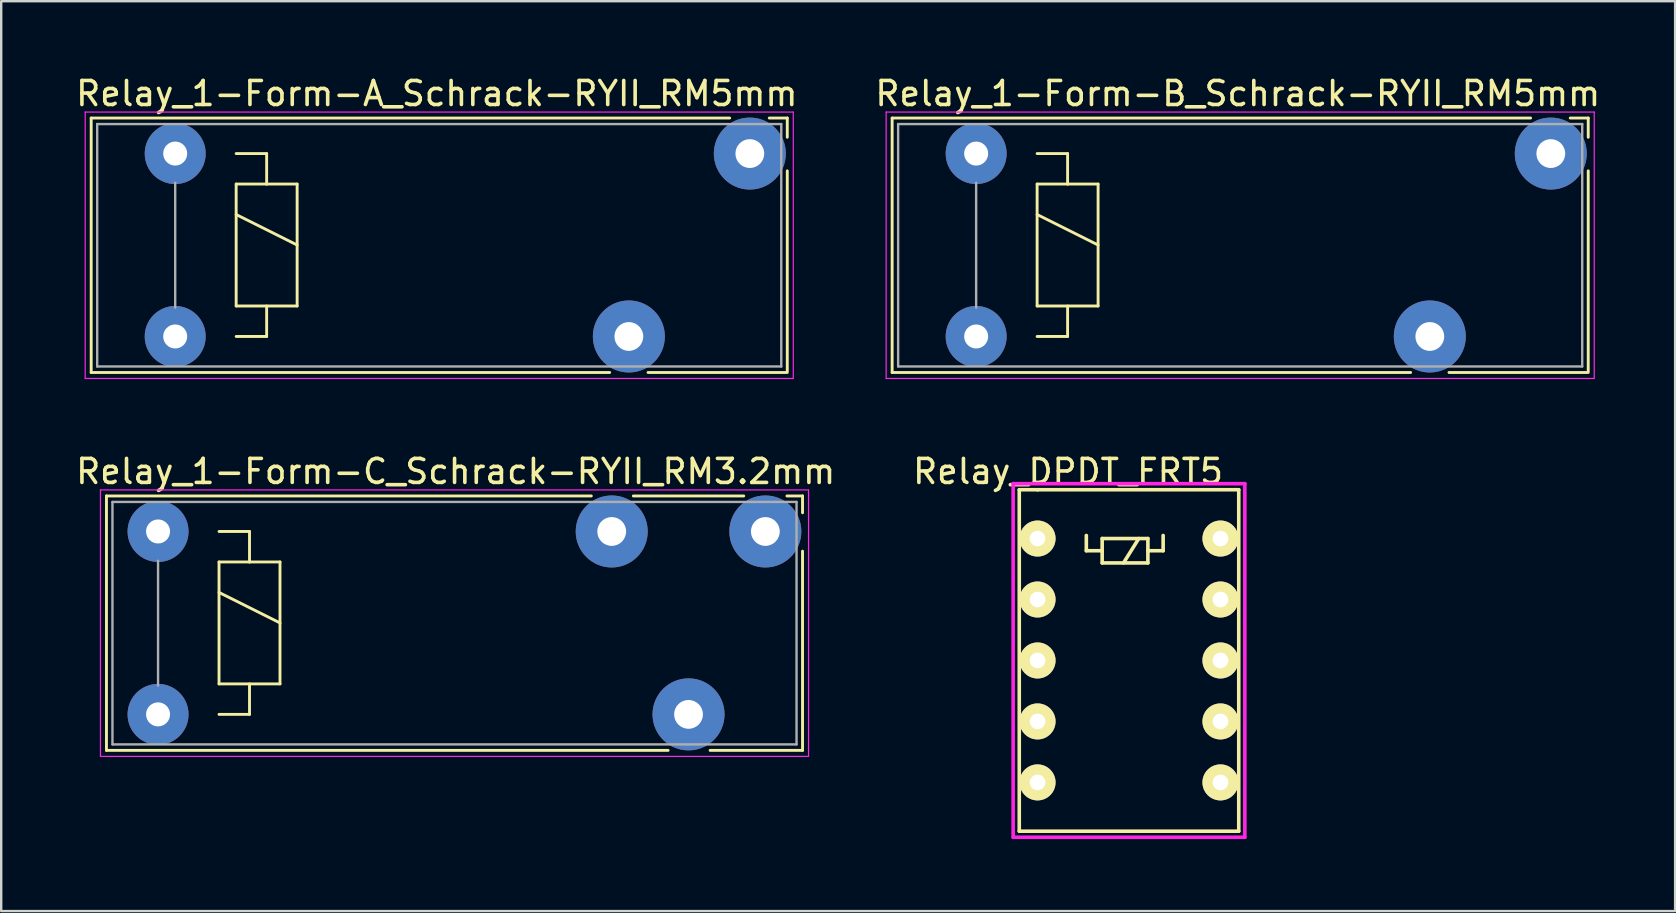
<source format=kicad_pcb>
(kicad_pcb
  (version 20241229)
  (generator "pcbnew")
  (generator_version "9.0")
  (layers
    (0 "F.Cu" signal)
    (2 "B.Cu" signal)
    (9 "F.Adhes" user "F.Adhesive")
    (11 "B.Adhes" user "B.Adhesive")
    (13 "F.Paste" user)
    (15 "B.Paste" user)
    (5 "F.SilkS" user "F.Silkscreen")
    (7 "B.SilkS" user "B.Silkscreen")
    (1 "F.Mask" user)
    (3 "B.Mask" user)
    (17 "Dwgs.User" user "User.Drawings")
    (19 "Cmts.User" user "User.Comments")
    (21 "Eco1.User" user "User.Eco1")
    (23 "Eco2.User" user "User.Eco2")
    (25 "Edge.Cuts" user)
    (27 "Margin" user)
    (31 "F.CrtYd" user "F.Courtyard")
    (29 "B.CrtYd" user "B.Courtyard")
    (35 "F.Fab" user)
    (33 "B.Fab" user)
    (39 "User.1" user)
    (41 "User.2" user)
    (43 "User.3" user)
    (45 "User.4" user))
  (footprint "Relay_DPDT_FRT5"
    (layer "F.Cu")
    (at 40.176 19.386)
    (property "Reference" "Relay_DPDT_FRT5" (at 1.27 -2.794 0) (layer "F.SilkS") (effects (font (size 1 1) (thickness 0.15))))
    (attr through_hole)
    (fp_line (start -0.762 -2.032) (end -0.762 12.192) (stroke (width 0.15) (type solid)) (layer "F.SilkS"))
    (fp_line (start -0.762 12.192) (end 8.382 12.192) (stroke (width 0.15) (type solid)) (layer "F.SilkS"))
    (fp_line (start 0 -2.032) (end -0.762 -2.032) (stroke (width 0.15) (type solid)) (layer "F.SilkS"))
    (fp_line (start 2.032 -0.127) (end 2.032 0.508) (stroke (width 0.15) (type solid)) (layer "F.SilkS"))
    (fp_line (start 2.032 0.508) (end 2.692 0.508) (stroke (width 0.15) (type solid)) (layer "F.SilkS"))
    (fp_line (start 2.692 0) (end 2.692 1.016) (stroke (width 0.15) (type solid)) (layer "F.SilkS"))
    (fp_line (start 2.692 1.016) (end 4.597 1.016) (stroke (width 0.15) (type solid)) (layer "F.SilkS"))
    (fp_line (start 4.216 0) (end 3.581 1.016) (stroke (width 0.15) (type solid)) (layer "F.SilkS"))
    (fp_line (start 4.597 0) (end 2.692 0) (stroke (width 0.15) (type solid)) (layer "F.SilkS"))
    (fp_line (start 4.597 0) (end 4.597 1.016) (stroke (width 0.15) (type solid)) (layer "F.SilkS"))
    (fp_line (start 5.232 -0.127) (end 5.232 0.508) (stroke (width 0.15) (type solid)) (layer "F.SilkS"))
    (fp_line (start 5.232 0.508) (end 4.597 0.508) (stroke (width 0.15) (type solid)) (layer "F.SilkS"))
    (fp_line (start 8.382 -2.032) (end 0 -2.032) (stroke (width 0.15) (type solid)) (layer "F.SilkS"))
    (fp_line (start 8.382 12.192) (end 8.382 -2.032) (stroke (width 0.15) (type solid)) (layer "F.SilkS"))
    (fp_line (start -1.016 -2.286) (end -1.016 12.446) (stroke (width 0.15) (type solid)) (layer "F.CrtYd"))
    (fp_line (start -1.016 12.446) (end 8.636 12.446) (stroke (width 0.15) (type solid)) (layer "F.CrtYd"))
    (fp_line (start 8.636 -2.286) (end -1.016 -2.286) (stroke (width 0.15) (type solid)) (layer "F.CrtYd"))
    (fp_line (start 8.636 12.446) (end 8.636 -2.286) (stroke (width 0.15) (type solid)) (layer "F.CrtYd"))
    (pad "1" thru_hole circle (at 0 0 270) (size 1.5 1.5) (drill 0.65) (layers "*.Cu" "*.Mask" "F.SilkS"))
    (pad "2" thru_hole circle (at 0 2.54 270) (size 1.5 1.5) (drill 0.65) (layers "*.Cu" "*.Mask" "F.SilkS"))
    (pad "3" thru_hole circle (at 0 5.08 270) (size 1.5 1.5) (drill 0.65) (layers "*.Cu" "*.Mask" "F.SilkS"))
    (pad "4" thru_hole circle (at 0 7.62 270) (size 1.5 1.5) (drill 0.65) (layers "*.Cu" "*.Mask" "F.SilkS"))
    (pad "5" thru_hole circle (at 0 10.16 270) (size 1.5 1.5) (drill 0.65) (layers "*.Cu" "*.Mask" "F.SilkS"))
    (pad "6" thru_hole circle (at 7.62 10.16 270) (size 1.5 1.5) (drill 0.65) (layers "*.Cu" "*.Mask" "F.SilkS"))
    (pad "7" thru_hole circle (at 7.62 7.62 270) (size 1.5 1.5) (drill 0.65) (layers "*.Cu" "*.Mask" "F.SilkS"))
    (pad "8" thru_hole circle (at 7.62 5.08 270) (size 1.5 1.5) (drill 0.65) (layers "*.Cu" "*.Mask" "F.SilkS"))
    (pad "9" thru_hole circle (at 7.62 2.54 270) (size 1.5 1.5) (drill 0.65) (layers "*.Cu" "*.Mask" "F.SilkS"))
    (pad "10" thru_hole circle (at 7.62 0 270) (size 1.5 1.5) (drill 0.65) (layers "*.Cu" "*.Mask" "F.SilkS")))
  (footprint "Relay_1-Form-A_Schrack-RYII_RM5mm"
    (layer "F.Cu")
    (at 4.249 10.968)
    (property "Reference" "Relay_1-Form-A_Schrack-RYII_RM5mm" (at 10.9 -10.12 0) (layer "F.SilkS") (effects (font (size 1 1) (thickness 0.15))))
    (attr through_hole)
    (fp_line (start -3.5 -9.1) (end 23.1 -9.1) (stroke (width 0.12) (type solid)) (layer "F.SilkS"))
    (fp_line (start -3.5 1.5) (end -3.5 -9.1) (stroke (width 0.12) (type solid)) (layer "F.SilkS"))
    (fp_line (start 2.54 -7.62) (end 3.81 -7.62) (stroke (width 0.12) (type solid)) (layer "F.SilkS"))
    (fp_line (start 2.54 -6.35) (end 3.81 -6.35) (stroke (width 0.12) (type solid)) (layer "F.SilkS"))
    (fp_line (start 2.54 -5.08) (end 5.08 -3.81) (stroke (width 0.12) (type solid)) (layer "F.SilkS"))
    (fp_line (start 2.54 -1.27) (end 2.54 -6.35) (stroke (width 0.12) (type solid)) (layer "F.SilkS"))
    (fp_line (start 3.81 -7.62) (end 3.81 -6.35) (stroke (width 0.12) (type solid)) (layer "F.SilkS"))
    (fp_line (start 3.81 -6.35) (end 5.08 -6.35) (stroke (width 0.12) (type solid)) (layer "F.SilkS"))
    (fp_line (start 3.81 -1.27) (end 3.81 0) (stroke (width 0.12) (type solid)) (layer "F.SilkS"))
    (fp_line (start 3.81 0) (end 2.54 0) (stroke (width 0.12) (type solid)) (layer "F.SilkS"))
    (fp_line (start 5.08 -6.35) (end 5.08 -1.27) (stroke (width 0.12) (type solid)) (layer "F.SilkS"))
    (fp_line (start 5.08 -1.27) (end 2.54 -1.27) (stroke (width 0.12) (type solid)) (layer "F.SilkS"))
    (fp_line (start 18.1 1.5) (end -3.5 1.5) (stroke (width 0.12) (type solid)) (layer "F.SilkS"))
    (fp_line (start 24.75 -9.1) (end 25.5 -9.1) (stroke (width 0.12) (type solid)) (layer "F.SilkS"))
    (fp_line (start 25.45 1.5) (end 19.7 1.5) (stroke (width 0.12) (type solid)) (layer "F.SilkS"))
    (fp_line (start 25.5 -9.1) (end 25.5 -8.3) (stroke (width 0.12) (type solid)) (layer "F.SilkS"))
    (fp_line (start 25.5 -6.9) (end 25.5 1.5) (stroke (width 0.12) (type solid)) (layer "F.SilkS"))
    (fp_line (start -3.75 -9.35) (end -3.75 1.75) (stroke (width 0.05) (type solid)) (layer "F.CrtYd"))
    (fp_line (start -3.75 1.75) (end 25.75 1.75) (stroke (width 0.05) (type solid)) (layer "F.CrtYd"))
    (fp_line (start 25.75 -9.35) (end -3.75 -9.35) (stroke (width 0.05) (type solid)) (layer "F.CrtYd"))
    (fp_line (start 25.75 1.75) (end 25.75 -9.35) (stroke (width 0.05) (type solid)) (layer "F.CrtYd"))
    (fp_line (start -3.25 -8.85) (end 25.25 -8.85) (stroke (width 0.1) (type solid)) (layer "F.Fab"))
    (fp_line (start -3.25 1.25) (end -3.25 -8.85) (stroke (width 0.1) (type solid)) (layer "F.Fab"))
    (fp_line (start 0 -6.4) (end 0 -1.2) (stroke (width 0.1) (type solid)) (layer "F.Fab"))
    (fp_line (start 25.25 -8.85) (end 25.25 1.25) (stroke (width 0.1) (type solid)) (layer "F.Fab"))
    (fp_line (start 25.25 1.25) (end -3.25 1.25) (stroke (width 0.1) (type solid)) (layer "F.Fab"))
    (pad "11" thru_hole circle (at 18.9 0) (size 3 3) (drill 1.2) (layers "*.Cu" "*.Mask"))
    (pad "14" thru_hole circle (at 23.94 -7.62) (size 3 3) (drill 1.2) (layers "*.Cu" "*.Mask"))
    (pad "A1" thru_hole circle (at 0 0) (size 2.54 2.54) (drill 1) (layers "*.Cu" "*.Mask"))
    (pad "A2" thru_hole circle (at 0 -7.62) (size 2.54 2.54) (drill 1) (layers "*.Cu" "*.Mask")))
  (footprint "Relay_1-Form-B_Schrack-RYII_RM5mm"
    (layer "F.Cu")
    (at 37.618 10.968)
    (property "Reference" "Relay_1-Form-B_Schrack-RYII_RM5mm" (at 10.9 -10.12 0) (layer "F.SilkS") (effects (font (size 1 1) (thickness 0.15))))
    (attr through_hole)
    (fp_line (start -3.5 -9.1) (end 23.1 -9.1) (stroke (width 0.12) (type solid)) (layer "F.SilkS"))
    (fp_line (start -3.5 1.5) (end -3.5 -9.1) (stroke (width 0.12) (type solid)) (layer "F.SilkS"))
    (fp_line (start 2.54 -7.62) (end 3.81 -7.62) (stroke (width 0.12) (type solid)) (layer "F.SilkS"))
    (fp_line (start 2.54 -6.35) (end 3.81 -6.35) (stroke (width 0.12) (type solid)) (layer "F.SilkS"))
    (fp_line (start 2.54 -5.08) (end 5.08 -3.81) (stroke (width 0.12) (type solid)) (layer "F.SilkS"))
    (fp_line (start 2.54 -1.27) (end 2.54 -6.35) (stroke (width 0.12) (type solid)) (layer "F.SilkS"))
    (fp_line (start 3.81 -7.62) (end 3.81 -6.35) (stroke (width 0.12) (type solid)) (layer "F.SilkS"))
    (fp_line (start 3.81 -6.35) (end 5.08 -6.35) (stroke (width 0.12) (type solid)) (layer "F.SilkS"))
    (fp_line (start 3.81 -1.27) (end 3.81 0) (stroke (width 0.12) (type solid)) (layer "F.SilkS"))
    (fp_line (start 3.81 0) (end 2.54 0) (stroke (width 0.12) (type solid)) (layer "F.SilkS"))
    (fp_line (start 5.08 -6.35) (end 5.08 -1.27) (stroke (width 0.12) (type solid)) (layer "F.SilkS"))
    (fp_line (start 5.08 -1.27) (end 2.54 -1.27) (stroke (width 0.12) (type solid)) (layer "F.SilkS"))
    (fp_line (start 18.1 1.5) (end -3.5 1.5) (stroke (width 0.12) (type solid)) (layer "F.SilkS"))
    (fp_line (start 24.75 -9.1) (end 25.5 -9.1) (stroke (width 0.12) (type solid)) (layer "F.SilkS"))
    (fp_line (start 25.45 1.5) (end 19.7 1.5) (stroke (width 0.12) (type solid)) (layer "F.SilkS"))
    (fp_line (start 25.5 -9.1) (end 25.5 -8.3) (stroke (width 0.12) (type solid)) (layer "F.SilkS"))
    (fp_line (start 25.5 -6.9) (end 25.5 1.5) (stroke (width 0.12) (type solid)) (layer "F.SilkS"))
    (fp_line (start -3.75 -9.35) (end -3.75 1.75) (stroke (width 0.05) (type solid)) (layer "F.CrtYd"))
    (fp_line (start -3.75 1.75) (end 25.75 1.75) (stroke (width 0.05) (type solid)) (layer "F.CrtYd"))
    (fp_line (start 25.75 -9.35) (end -3.75 -9.35) (stroke (width 0.05) (type solid)) (layer "F.CrtYd"))
    (fp_line (start 25.75 1.75) (end 25.75 -9.35) (stroke (width 0.05) (type solid)) (layer "F.CrtYd"))
    (fp_line (start -3.25 -8.85) (end 25.25 -8.85) (stroke (width 0.1) (type solid)) (layer "F.Fab"))
    (fp_line (start -3.25 1.25) (end -3.25 -8.85) (stroke (width 0.1) (type solid)) (layer "F.Fab"))
    (fp_line (start 0 -6.4) (end 0 -1.2) (stroke (width 0.1) (type solid)) (layer "F.Fab"))
    (fp_line (start 25.25 -8.85) (end 25.25 1.25) (stroke (width 0.1) (type solid)) (layer "F.Fab"))
    (fp_line (start 25.25 1.25) (end -3.25 1.25) (stroke (width 0.1) (type solid)) (layer "F.Fab"))
    (pad "11" thru_hole circle (at 18.9 0) (size 3 3) (drill 1.2) (layers "*.Cu" "*.Mask"))
    (pad "12" thru_hole circle (at 23.94 -7.62) (size 3 3) (drill 1.2) (layers "*.Cu" "*.Mask"))
    (pad "A1" thru_hole circle (at 0 0) (size 2.54 2.54) (drill 1) (layers "*.Cu" "*.Mask"))
    (pad "A2" thru_hole circle (at 0 -7.62) (size 2.54 2.54) (drill 1) (layers "*.Cu" "*.Mask")))
  (footprint "Relay_1-Form-C_Schrack-RYII_RM3.2mm"
    (layer "F.Cu")
    (at 3.535 26.712)
    (property "Reference" "Relay_1-Form-C_Schrack-RYII_RM3.2mm" (at 12.4 -10.12 0) (layer "F.SilkS") (effects (font (size 1 1) (thickness 0.15))))
    (attr through_hole)
    (fp_line (start -2.15 -9.1) (end 18.05 -9.1) (stroke (width 0.12) (type solid)) (layer "F.SilkS"))
    (fp_line (start -2.15 1.5) (end -2.15 -9.1) (stroke (width 0.12) (type solid)) (layer "F.SilkS"))
    (fp_line (start 2.54 -7.62) (end 3.81 -7.62) (stroke (width 0.12) (type solid)) (layer "F.SilkS"))
    (fp_line (start 2.54 -6.35) (end 3.81 -6.35) (stroke (width 0.12) (type solid)) (layer "F.SilkS"))
    (fp_line (start 2.54 -5.08) (end 5.08 -3.81) (stroke (width 0.12) (type solid)) (layer "F.SilkS"))
    (fp_line (start 2.54 -1.27) (end 2.54 -6.35) (stroke (width 0.12) (type solid)) (layer "F.SilkS"))
    (fp_line (start 3.81 -7.62) (end 3.81 -6.35) (stroke (width 0.12) (type solid)) (layer "F.SilkS"))
    (fp_line (start 3.81 -6.35) (end 5.08 -6.35) (stroke (width 0.12) (type solid)) (layer "F.SilkS"))
    (fp_line (start 3.81 -1.27) (end 3.81 0) (stroke (width 0.12) (type solid)) (layer "F.SilkS"))
    (fp_line (start 3.81 0) (end 2.54 0) (stroke (width 0.12) (type solid)) (layer "F.SilkS"))
    (fp_line (start 5.08 -6.35) (end 5.08 -1.27) (stroke (width 0.12) (type solid)) (layer "F.SilkS"))
    (fp_line (start 5.08 -1.27) (end 2.54 -1.27) (stroke (width 0.12) (type solid)) (layer "F.SilkS"))
    (fp_line (start 19.8 -9.1) (end 24.4 -9.1) (stroke (width 0.12) (type solid)) (layer "F.SilkS"))
    (fp_line (start 21.25 1.5) (end -2.15 1.5) (stroke (width 0.12) (type solid)) (layer "F.SilkS"))
    (fp_line (start 26.2 -9.1) (end 26.85 -9.1) (stroke (width 0.12) (type solid)) (layer "F.SilkS"))
    (fp_line (start 26.85 -9.1) (end 26.85 -8.4) (stroke (width 0.12) (type solid)) (layer "F.SilkS"))
    (fp_line (start 26.85 -6.8) (end 26.85 1.5) (stroke (width 0.12) (type solid)) (layer "F.SilkS"))
    (fp_line (start 26.85 1.5) (end 23 1.5) (stroke (width 0.12) (type solid)) (layer "F.SilkS"))
    (fp_line (start -2.4 -9.35) (end -2.4 1.75) (stroke (width 0.05) (type solid)) (layer "F.CrtYd"))
    (fp_line (start -2.4 1.75) (end 27.1 1.75) (stroke (width 0.05) (type solid)) (layer "F.CrtYd"))
    (fp_line (start 27.1 -9.35) (end -2.4 -9.35) (stroke (width 0.05) (type solid)) (layer "F.CrtYd"))
    (fp_line (start 27.1 1.75) (end 27.1 -9.35) (stroke (width 0.05) (type solid)) (layer "F.CrtYd"))
    (fp_line (start -1.9 -8.85) (end 26.6 -8.85) (stroke (width 0.1) (type solid)) (layer "F.Fab"))
    (fp_line (start -1.9 1.25) (end -1.9 -8.85) (stroke (width 0.1) (type solid)) (layer "F.Fab"))
    (fp_line (start 0 -6.4) (end 0 -1.2) (stroke (width 0.1) (type solid)) (layer "F.Fab"))
    (fp_line (start 26.6 -8.85) (end 26.6 1.25) (stroke (width 0.1) (type solid)) (layer "F.Fab"))
    (fp_line (start 26.6 1.25) (end -1.9 1.25) (stroke (width 0.1) (type solid)) (layer "F.Fab"))
    (pad "11" thru_hole circle (at 22.1 0) (size 3 3) (drill 1.2) (layers "*.Cu" "*.Mask"))
    (pad "12" thru_hole circle (at 18.9 -7.62) (size 3 3) (drill 1.2) (layers "*.Cu" "*.Mask"))
    (pad "14" thru_hole circle (at 25.3 -7.62) (size 3 3) (drill 1.2) (layers "*.Cu" "*.Mask"))
    (pad "A1" thru_hole circle (at 0 0) (size 2.54 2.54) (drill 1) (layers "*.Cu" "*.Mask"))
    (pad "A2" thru_hole circle (at 0 -7.62) (size 2.54 2.54) (drill 1) (layers "*.Cu" "*.Mask")))
  (gr_rect
    (start -3 -3)
    (end 66.738 34.907)
    (stroke (width 0.1) (type default))
    (fill no)
    (layer "Edge.Cuts")))
</source>
